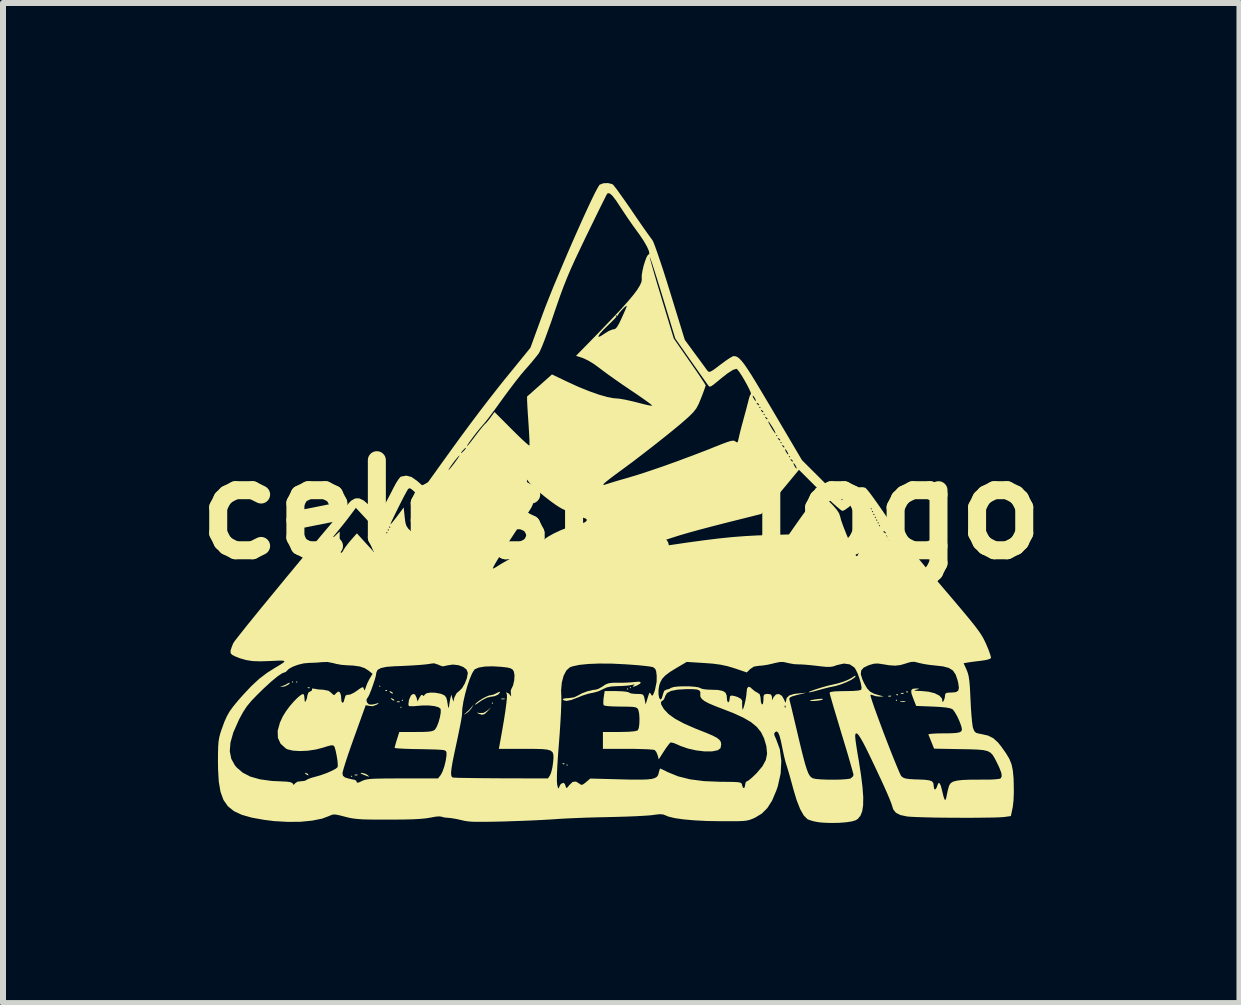
<source format=kicad_pcb>
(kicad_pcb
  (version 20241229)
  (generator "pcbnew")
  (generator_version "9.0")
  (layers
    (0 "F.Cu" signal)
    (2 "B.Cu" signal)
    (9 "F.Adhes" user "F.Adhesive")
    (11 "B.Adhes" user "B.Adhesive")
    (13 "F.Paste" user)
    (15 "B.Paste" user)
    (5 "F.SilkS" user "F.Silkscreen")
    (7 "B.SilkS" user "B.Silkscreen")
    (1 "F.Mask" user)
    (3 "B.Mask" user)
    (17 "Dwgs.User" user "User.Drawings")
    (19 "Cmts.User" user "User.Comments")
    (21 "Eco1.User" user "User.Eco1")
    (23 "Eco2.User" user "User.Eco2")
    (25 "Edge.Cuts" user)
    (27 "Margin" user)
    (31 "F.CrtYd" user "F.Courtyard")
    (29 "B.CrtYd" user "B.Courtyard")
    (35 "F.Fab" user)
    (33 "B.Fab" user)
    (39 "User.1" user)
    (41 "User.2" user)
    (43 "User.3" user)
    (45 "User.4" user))
  (footprint "celeste_logo"
    (layer "F.Cu")
    (at 7.3 5.439)
    (property "Reference" "celeste_logo" (at 0 0 0) (layer "F.SilkS") (effects (font (size 1.5 1.5) (thickness 0.3))))
    (attr board_only exclude_from_pos_files exclude_from_bom)
    (fp_poly (pts (xy -5.465 2.873) (xy -5.476 2.885) (xy -5.488 2.873) (xy -5.476 2.861)) (stroke (width 0) (type solid)) (fill yes) (layer "F.SilkS"))
    (fp_poly (pts (xy -5.394 2.873) (xy -5.406 2.885) (xy -5.418 2.873) (xy -5.406 2.861)) (stroke (width 0) (type solid)) (fill yes) (layer "F.SilkS"))
    (fp_poly (pts (xy -4.48 4.444) (xy -4.491 4.456) (xy -4.503 4.444) (xy -4.491 4.433)) (stroke (width 0) (type solid)) (fill yes) (layer "F.SilkS"))
    (fp_poly (pts (xy -4.011 2.943) (xy -4.022 2.955) (xy -4.034 2.943) (xy -4.022 2.932)) (stroke (width 0) (type solid)) (fill yes) (layer "F.SilkS"))
    (fp_poly (pts (xy -3.659 3.295) (xy -3.67 3.307) (xy -3.682 3.295) (xy -3.67 3.283)) (stroke (width 0) (type solid)) (fill yes) (layer "F.SilkS"))
    (fp_poly (pts (xy -3.635 3.178) (xy -3.647 3.19) (xy -3.659 3.178) (xy -3.647 3.166)) (stroke (width 0) (type solid)) (fill yes) (layer "F.SilkS"))
    (fp_poly (pts (xy -2.134 3.225) (xy -2.146 3.237) (xy -2.158 3.225) (xy -2.146 3.213)) (stroke (width 0) (type solid)) (fill yes) (layer "F.SilkS"))
    (fp_poly (pts (xy -0.891 4.257) (xy -0.903 4.269) (xy -0.915 4.257) (xy -0.903 4.245)) (stroke (width 0) (type solid)) (fill yes) (layer "F.SilkS"))
    (fp_poly (pts (xy 0.117 2.99) (xy 0.106 3.002) (xy 0.094 2.99) (xy 0.106 2.979)) (stroke (width 0) (type solid)) (fill yes) (layer "F.SilkS"))
    (fp_poly (pts (xy 0.164 2.967) (xy 0.152 2.979) (xy 0.141 2.967) (xy 0.152 2.955)) (stroke (width 0) (type solid)) (fill yes) (layer "F.SilkS"))
    (fp_poly (pts (xy 4.597 3.178) (xy 4.585 3.19) (xy 4.573 3.178) (xy 4.585 3.166)) (stroke (width 0) (type solid)) (fill yes) (layer "F.SilkS"))
    (fp_poly (pts (xy -5.191 2.963) (xy -5.194 2.977) (xy -5.207 2.979) (xy -5.226 2.97) (xy -5.222 2.963) (xy -5.194 2.96)) (stroke (width 0) (type solid)) (fill yes) (layer "F.SilkS"))
    (fp_poly (pts (xy -4.392 4.419) (xy -4.399 4.429) (xy -4.423 4.431) (xy -4.448 4.425) (xy -4.437 4.417) (xy -4.4 4.414)) (stroke (width 0) (type solid)) (fill yes) (layer "F.SilkS"))
    (fp_poly (pts (xy -3.901 3.01) (xy -3.904 3.024) (xy -3.917 3.025) (xy -3.936 3.017) (xy -3.932 3.01) (xy -3.905 3.007)) (stroke (width 0) (type solid)) (fill yes) (layer "F.SilkS"))
    (fp_poly (pts (xy -3.689 3.199) (xy -3.696 3.21) (xy -3.719 3.211) (xy -3.744 3.206) (xy -3.733 3.197) (xy -3.697 3.194)) (stroke (width 0) (type solid)) (fill yes) (layer "F.SilkS"))
    (fp_poly (pts (xy -1.941 3.151) (xy -1.938 3.159) (xy -1.97 3.163) (xy -2.003 3.159) (xy -1.999 3.151) (xy -1.951 3.148)) (stroke (width 0) (type solid)) (fill yes) (layer "F.SilkS"))
    (fp_poly (pts (xy -0.946 4.229) (xy -0.949 4.243) (xy -0.962 4.245) (xy -0.981 4.236) (xy -0.977 4.229) (xy -0.949 4.227)) (stroke (width 0) (type solid)) (fill yes) (layer "F.SilkS"))
    (fp_poly (pts (xy 4.497 3.105) (xy 4.49 3.116) (xy 4.466 3.117) (xy 4.441 3.112) (xy 4.452 3.103) (xy 4.488 3.1)) (stroke (width 0) (type solid)) (fill yes) (layer "F.SilkS"))
    (fp_poly (pts (xy 4.612 3.08) (xy 4.609 3.094) (xy 4.597 3.096) (xy 4.578 3.087) (xy 4.581 3.08) (xy 4.609 3.077)) (stroke (width 0) (type solid)) (fill yes) (layer "F.SilkS"))
    (fp_poly (pts (xy 4.708 3.058) (xy 4.701 3.069) (xy 4.677 3.071) (xy 4.652 3.065) (xy 4.663 3.056) (xy 4.699 3.054)) (stroke (width 0) (type solid)) (fill yes) (layer "F.SilkS"))
    (fp_poly (pts (xy 4.777 3.033) (xy 4.773 3.047) (xy 4.761 3.049) (xy 4.742 3.04) (xy 4.745 3.033) (xy 4.773 3.03)) (stroke (width 0) (type solid)) (fill yes) (layer "F.SilkS"))
    (fp_poly (pts (xy -5.223 4.403) (xy -5.218 4.409) (xy -5.21 4.43) (xy -5.232 4.422) (xy -5.254 4.409) (xy -5.272 4.39) (xy -5.261 4.386)) (stroke (width 0) (type solid)) (fill yes) (layer "F.SilkS"))
    (fp_poly (pts (xy -3.816 3.043) (xy -3.811 3.049) (xy -3.803 3.07) (xy -3.825 3.062) (xy -3.846 3.049) (xy -3.864 3.03) (xy -3.854 3.026)) (stroke (width 0) (type solid)) (fill yes) (layer "F.SilkS"))
    (fp_poly (pts (xy -3.793 3.16) (xy -3.788 3.166) (xy -3.779 3.187) (xy -3.802 3.179) (xy -3.823 3.166) (xy -3.841 3.147) (xy -3.83 3.143)) (stroke (width 0) (type solid)) (fill yes) (layer "F.SilkS"))
    (fp_poly (pts (xy 4.732 3.197) (xy 4.739 3.204) (xy 4.707 3.207) (xy 4.691 3.208) (xy 4.648 3.205) (xy 4.643 3.199) (xy 4.65 3.197) (xy 4.709 3.193)) (stroke (width 0) (type solid)) (fill yes) (layer "F.SilkS"))
    (fp_poly (pts (xy -4.269 4.4) (xy -4.232 4.42) (xy -4.203 4.444) (xy -4.203 4.45) (xy -4.238 4.44) (xy -4.292 4.419) (xy -4.338 4.399) (xy -4.34 4.389) (xy -4.326 4.387)) (stroke (width 0) (type solid)) (fill yes) (layer "F.SilkS"))
    (fp_poly (pts (xy -2.491 3.305) (xy -2.538 3.362) (xy -2.582 3.396) (xy -2.619 3.417) (xy -2.619 3.414) (xy -2.592 3.391) (xy -2.539 3.342) (xy -2.501 3.3) (xy -2.457 3.248)) (stroke (width 0) (type solid)) (fill yes) (layer "F.SilkS"))
    (fp_poly (pts (xy -5.524 2.896) (xy -5.548 2.919) (xy -5.603 2.946) (xy -5.641 2.952) (xy -5.687 2.95) (xy -5.641 2.938) (xy -5.591 2.919) (xy -5.571 2.906) (xy -5.534 2.886) (xy -5.526 2.885)) (stroke (width 0) (type solid)) (fill yes) (layer "F.SilkS"))
    (fp_poly (pts (xy -2.226 3.36) (xy -2.275 3.407) (xy -2.318 3.42) (xy -2.373 3.402) (xy -2.381 3.399) (xy -2.405 3.385) (xy -2.389 3.385) (xy -2.36 3.39) (xy -2.294 3.388) (xy -2.231 3.35) (xy -2.231 3.349) (xy -2.169 3.295)) (stroke (width 0) (type solid)) (fill yes) (layer "F.SilkS"))
    (fp_poly (pts (xy 3.362 3.157) (xy 3.354 3.166) (xy 3.321 3.177) (xy 3.269 3.185) (xy 3.211 3.19) (xy 3.164 3.19) (xy 3.143 3.185) (xy 3.145 3.181) (xy 3.172 3.174) (xy 3.23 3.164) (xy 3.272 3.158) (xy 3.339 3.152)) (stroke (width 0) (type solid)) (fill yes) (layer "F.SilkS"))
    (fp_poly (pts (xy -2.018 3.044) (xy -2.043 3.075) (xy -2.058 3.087) (xy -2.111 3.11) (xy -2.171 3.119) (xy -2.239 3.135) (xy -2.319 3.177) (xy -2.341 3.192) (xy -2.396 3.23) (xy -2.431 3.251) (xy -2.439 3.252) (xy -2.42 3.227) (xy -2.373 3.19) (xy -2.311 3.15) (xy -2.248 3.117) (xy -2.199 3.097) (xy -2.187 3.096) (xy -2.127 3.083) (xy -2.075 3.058) (xy -2.03 3.036)) (stroke (width 0) (type solid)) (fill yes) (layer "F.SilkS"))
    (fp_poly (pts (xy 3.897 2.79) (xy 3.888 2.799) (xy 3.837 2.835) (xy 3.758 2.874) (xy 3.666 2.911) (xy 3.578 2.938) (xy 3.546 2.945) (xy 3.477 2.959) (xy 3.385 2.982) (xy 3.304 3.004) (xy 3.205 3.031) (xy 3.143 3.044) (xy 3.12 3.045) (xy 3.137 3.033) (xy 3.197 3.01) (xy 3.26 2.989) (xy 3.357 2.959) (xy 3.447 2.934) (xy 3.514 2.919) (xy 3.518 2.918) (xy 3.609 2.897) (xy 3.705 2.867) (xy 3.789 2.832) (xy 3.845 2.801) (xy 3.848 2.799) (xy 3.887 2.773) (xy 3.906 2.77)) (stroke (width 0) (type solid)) (fill yes) (layer "F.SilkS"))
    (fp_poly (pts (xy 0.326 2.879) (xy 0.314 2.901) (xy 0.269 2.928) (xy 0.214 2.95) (xy 0.189 2.953) (xy 0.201 2.937) (xy 0.211 2.929) (xy 0.225 2.915) (xy 0.2 2.917) (xy 0.176 2.923) (xy 0.116 2.932) (xy 0.029 2.939) (xy -0.059 2.942) (xy -0.167 2.948) (xy -0.246 2.965) (xy -0.305 2.993) (xy -0.385 3.03) (xy -0.474 3.054) (xy -0.485 3.055) (xy -0.562 3.072) (xy -0.655 3.103) (xy -0.717 3.129) (xy -0.829 3.172) (xy -0.913 3.189) (xy -0.964 3.176) (xy -0.973 3.166) (xy -0.962 3.151) (xy -0.912 3.143) (xy -0.884 3.143) (xy -0.789 3.13) (xy -0.724 3.1) (xy -0.655 3.062) (xy -0.563 3.028) (xy -0.473 3.006) (xy -0.43 3.002) (xy -0.383 2.989) (xy -0.322 2.955) (xy -0.304 2.943) (xy -0.255 2.911) (xy -0.206 2.894) (xy -0.14 2.886) (xy -0.047 2.886) (xy 0.056 2.885) (xy 0.156 2.88) (xy 0.229 2.873) (xy 0.297 2.868)) (stroke (width 0) (type solid)) (fill yes) (layer "F.SilkS"))
    (fp_poly (pts (xy -0.152 -5.422) (xy -0.136 -5.412) (xy -0.113 -5.384) (xy -0.067 -5.324) (xy -0.005 -5.237) (xy 0.071 -5.13) (xy 0.156 -5.008) (xy 0.188 -4.96) (xy 0.275 -4.833) (xy 0.355 -4.717) (xy 0.425 -4.618) (xy 0.479 -4.543) (xy 0.512 -4.498) (xy 0.518 -4.491) (xy 0.535 -4.458) (xy 0.563 -4.386) (xy 0.601 -4.279) (xy 0.647 -4.144) (xy 0.7 -3.985) (xy 0.756 -3.809) (xy 0.81 -3.635) (xy 1.059 -2.827) (xy 1.231 -2.592) (xy 1.301 -2.498) (xy 1.362 -2.414) (xy 1.409 -2.35) (xy 1.435 -2.315) (xy 1.436 -2.314) (xy 1.453 -2.297) (xy 1.474 -2.294) (xy 1.507 -2.308) (xy 1.561 -2.344) (xy 1.642 -2.406) (xy 1.653 -2.414) (xy 1.735 -2.475) (xy 1.805 -2.522) (xy 1.855 -2.551) (xy 1.87 -2.556) (xy 1.901 -2.554) (xy 1.931 -2.543) (xy 1.963 -2.52) (xy 2 -2.483) (xy 2.045 -2.427) (xy 2.099 -2.349) (xy 2.166 -2.246) (xy 2.247 -2.114) (xy 2.346 -1.949) (xy 2.465 -1.749) (xy 2.52 -1.656) (xy 3.011 -0.823) (xy 3.346 -0.489) (xy 3.68 -0.155) (xy 3.797 -0.265) (xy 3.885 -0.337) (xy 3.958 -0.371) (xy 4.029 -0.372) (xy 4.069 -0.361) (xy 4.092 -0.337) (xy 4.138 -0.281) (xy 4.2 -0.197) (xy 4.275 -0.092) (xy 4.359 0.029) (xy 4.393 0.079) (xy 4.484 0.211) (xy 4.579 0.343) (xy 4.683 0.481) (xy 4.8 0.63) (xy 4.934 0.795) (xy 5.09 0.983) (xy 5.271 1.198) (xy 5.336 1.274) (xy 5.497 1.463) (xy 5.63 1.62) (xy 5.739 1.75) (xy 5.827 1.857) (xy 5.896 1.944) (xy 5.95 2.016) (xy 5.992 2.077) (xy 6.024 2.13) (xy 6.051 2.181) (xy 6.075 2.232) (xy 6.081 2.245) (xy 6.119 2.336) (xy 6.146 2.412) (xy 6.16 2.462) (xy 6.16 2.475) (xy 6.132 2.492) (xy 6.072 2.508) (xy 6 2.519) (xy 5.908 2.53) (xy 5.823 2.541) (xy 5.778 2.548) (xy 5.704 2.561) (xy 5.754 2.67) (xy 5.773 2.72) (xy 5.788 2.777) (xy 5.799 2.851) (xy 5.808 2.949) (xy 5.815 3.08) (xy 5.819 3.166) (xy 5.826 3.303) (xy 5.835 3.43) (xy 5.845 3.536) (xy 5.855 3.612) (xy 5.861 3.639) (xy 5.882 3.691) (xy 5.911 3.72) (xy 5.965 3.735) (xy 5.998 3.74) (xy 6.111 3.766) (xy 6.199 3.81) (xy 6.278 3.882) (xy 6.329 3.946) (xy 6.41 4.06) (xy 6.467 4.155) (xy 6.503 4.246) (xy 6.524 4.347) (xy 6.536 4.472) (xy 6.539 4.559) (xy 6.541 4.709) (xy 6.536 4.843) (xy 6.524 4.949) (xy 6.52 4.972) (xy 6.491 5.107) (xy 6.385 5.122) (xy 6.322 5.127) (xy 6.219 5.131) (xy 6.086 5.133) (xy 5.929 5.135) (xy 5.756 5.136) (xy 5.575 5.135) (xy 5.395 5.134) (xy 5.222 5.132) (xy 5.065 5.128) (xy 4.931 5.124) (xy 4.828 5.119) (xy 4.764 5.114) (xy 4.651 5.09) (xy 4.576 5.052) (xy 4.532 4.996) (xy 4.514 4.94) (xy 4.499 4.894) (xy 4.468 4.815) (xy 4.424 4.712) (xy 4.371 4.593) (xy 4.335 4.515) (xy 4.235 4.301) (xy 4.152 4.127) (xy 4.085 3.989) (xy 4.031 3.884) (xy 3.988 3.809) (xy 3.956 3.76) (xy 3.932 3.735) (xy 3.918 3.729) (xy 3.906 3.734) (xy 3.899 3.751) (xy 3.898 3.787) (xy 3.904 3.848) (xy 3.917 3.939) (xy 3.937 4.066) (xy 3.957 4.181) (xy 3.995 4.425) (xy 4.02 4.628) (xy 4.032 4.794) (xy 4.03 4.926) (xy 4.015 5.027) (xy 3.985 5.102) (xy 3.942 5.154) (xy 3.908 5.176) (xy 3.843 5.196) (xy 3.743 5.211) (xy 3.621 5.22) (xy 3.49 5.222) (xy 3.363 5.217) (xy 3.283 5.209) (xy 3.201 5.193) (xy 3.13 5.171) (xy 3.102 5.158) (xy 3.041 5.097) (xy 2.981 4.991) (xy 2.922 4.841) (xy 2.865 4.65) (xy 2.863 4.641) (xy 2.831 4.524) (xy 2.8 4.413) (xy 2.773 4.322) (xy 2.758 4.274) (xy 2.735 4.199) (xy 2.711 4.1) (xy 2.689 3.996) (xy 2.688 3.992) (xy 2.661 3.859) (xy 2.637 3.768) (xy 2.614 3.716) (xy 2.592 3.697) (xy 2.568 3.705) (xy 2.549 3.729) (xy 2.552 3.762) (xy 2.578 3.82) (xy 2.642 3.993) (xy 2.667 4.188) (xy 2.656 4.398) (xy 2.607 4.616) (xy 2.582 4.687) (xy 2.513 4.85) (xy 2.434 4.974) (xy 2.342 5.066) (xy 2.229 5.134) (xy 2.181 5.155) (xy 2.138 5.171) (xy 2.091 5.182) (xy 2.031 5.189) (xy 1.951 5.192) (xy 1.842 5.193) (xy 1.696 5.193) (xy 1.665 5.193) (xy 1.427 5.189) (xy 1.215 5.178) (xy 1.035 5.162) (xy 0.89 5.141) (xy 0.785 5.115) (xy 0.747 5.099) (xy 0.697 5.08) (xy 0.639 5.076) (xy 0.556 5.085) (xy 0.533 5.089) (xy 0.469 5.096) (xy 0.366 5.103) (xy 0.233 5.11) (xy 0.079 5.116) (xy -0.089 5.121) (xy -0.211 5.124) (xy -0.394 5.128) (xy -0.578 5.133) (xy -0.754 5.14) (xy -0.911 5.147) (xy -1.038 5.154) (xy -1.091 5.158) (xy -1.198 5.165) (xy -1.34 5.173) (xy -1.508 5.181) (xy -1.688 5.188) (xy -1.87 5.194) (xy -1.947 5.197) (xy -2.134 5.201) (xy -2.282 5.203) (xy -2.397 5.203) (xy -2.486 5.201) (xy -2.556 5.195) (xy -2.614 5.186) (xy -2.665 5.174) (xy -2.756 5.154) (xy -2.841 5.14) (xy -2.888 5.136) (xy -2.951 5.13) (xy -2.996 5.117) (xy -2.997 5.117) (xy -3.034 5.112) (xy -3.101 5.118) (xy -3.173 5.132) (xy -3.246 5.144) (xy -3.346 5.154) (xy -3.478 5.161) (xy -3.646 5.165) (xy -3.855 5.166) (xy -3.87 5.166) (xy -4.051 5.166) (xy -4.193 5.165) (xy -4.303 5.162) (xy -4.39 5.156) (xy -4.461 5.148) (xy -4.524 5.137) (xy -4.587 5.122) (xy -4.605 5.117) (xy -4.699 5.093) (xy -4.761 5.081) (xy -4.804 5.082) (xy -4.841 5.094) (xy -4.856 5.102) (xy -4.984 5.15) (xy -5.149 5.183) (xy -5.342 5.202) (xy -5.556 5.204) (xy -5.783 5.191) (xy -5.951 5.17) (xy -6.156 5.133) (xy -6.322 5.086) (xy -6.454 5.024) (xy -6.554 4.943) (xy -6.627 4.838) (xy -6.676 4.703) (xy -6.705 4.535) (xy -6.717 4.328) (xy -6.719 4.198) (xy -6.718 4.056) (xy -6.717 4.026) (xy -6.522 4.026) (xy -6.497 4.152) (xy -6.436 4.263) (xy -6.407 4.297) (xy -6.306 4.384) (xy -6.178 4.45) (xy -6.018 4.495) (xy -5.822 4.522) (xy -5.668 4.529) (xy -5.567 4.534) (xy -5.505 4.544) (xy -5.475 4.561) (xy -5.471 4.568) (xy -5.457 4.589) (xy -5.439 4.568) (xy -5.437 4.564) (xy -5.396 4.535) (xy -5.336 4.527) (xy -5.278 4.521) (xy -5.245 4.507) (xy -5.243 4.505) (xy -5.215 4.489) (xy -5.155 4.468) (xy -5.107 4.455) (xy -5.012 4.428) (xy -4.914 4.393) (xy -4.913 4.393) (xy -4.644 4.393) (xy -4.636 4.436) (xy -4.603 4.463) (xy -4.556 4.478) (xy -4.491 4.494) (xy -4.444 4.503) (xy -4.439 4.503) (xy -4.412 4.522) (xy -4.409 4.536) (xy -4.401 4.552) (xy -4.369 4.546) (xy -4.322 4.524) (xy -4.322 4.524) (xy -1.072 4.524) (xy -1.067 4.584) (xy -1.067 4.585) (xy -1.053 4.639) (xy -1.042 4.647) (xy -1.037 4.632) (xy -1.016 4.585) (xy -1 4.568) (xy -0.961 4.552) (xy -0.939 4.574) (xy -0.929 4.603) (xy -0.917 4.636) (xy -0.903 4.637) (xy -0.874 4.603) (xy -0.865 4.591) (xy -0.81 4.538) (xy -0.754 4.532) (xy -0.7 4.565) (xy -0.67 4.586) (xy -0.642 4.583) (xy -0.598 4.552) (xy -0.587 4.542) (xy -0.516 4.482) (xy -0.017 4.495) (xy 0.17 4.5) (xy 0.316 4.5) (xy 0.426 4.497) (xy 0.505 4.489) (xy 0.559 4.474) (xy 0.594 4.453) (xy 0.614 4.424) (xy 0.625 4.386) (xy 0.638 4.337) (xy 0.648 4.315) (xy 0.649 4.315) (xy 0.673 4.325) (xy 0.726 4.35) (xy 0.775 4.375) (xy 0.947 4.445) (xy 1.147 4.495) (xy 1.379 4.525) (xy 1.65 4.536) (xy 1.653 4.536) (xy 1.789 4.537) (xy 1.884 4.539) (xy 1.947 4.543) (xy 1.984 4.55) (xy 2.003 4.562) (xy 2.011 4.578) (xy 2.013 4.591) (xy 2.029 4.636) (xy 2.05 4.639) (xy 2.063 4.601) (xy 2.064 4.585) (xy 2.075 4.54) (xy 2.096 4.527) (xy 2.126 4.51) (xy 2.177 4.468) (xy 2.241 4.407) (xy 2.258 4.39) (xy 2.353 4.277) (xy 2.409 4.173) (xy 2.43 4.068) (xy 2.419 3.952) (xy 2.415 3.931) (xy 2.379 3.811) (xy 2.329 3.709) (xy 2.258 3.621) (xy 2.162 3.542) (xy 2.035 3.468) (xy 1.872 3.393) (xy 1.715 3.332) (xy 1.567 3.275) (xy 1.458 3.229) (xy 1.384 3.189) (xy 1.34 3.153) (xy 1.319 3.118) (xy 1.317 3.085) (xy 1.318 3.042) (xy 1.301 3.014) (xy 1.26 2.998) (xy 1.186 2.992) (xy 1.084 2.992) (xy 0.936 3.001) (xy 0.83 3.022) (xy 0.763 3.057) (xy 0.733 3.106) (xy 0.731 3.115) (xy 0.712 3.163) (xy 0.69 3.182) (xy 0.661 3.206) (xy 0.666 3.249) (xy 0.705 3.316) (xy 0.716 3.331) (xy 0.79 3.409) (xy 0.897 3.486) (xy 1.042 3.564) (xy 1.228 3.646) (xy 1.289 3.67) (xy 1.427 3.725) (xy 1.527 3.768) (xy 1.595 3.804) (xy 1.636 3.837) (xy 1.658 3.869) (xy 1.665 3.906) (xy 1.665 3.919) (xy 1.654 3.976) (xy 1.611 4.009) (xy 1.605 4.011) (xy 1.511 4.03) (xy 1.388 4.03) (xy 1.25 4.013) (xy 1.111 3.982) (xy 0.982 3.937) (xy 0.937 3.916) (xy 0.875 3.89) (xy 0.829 3.881) (xy 0.818 3.883) (xy 0.794 3.91) (xy 0.753 3.964) (xy 0.709 4.03) (xy 0.625 4.162) (xy 0.607 4.094) (xy 0.584 4.039) (xy 0.558 4.007) (xy 0.526 4.001) (xy 0.455 3.995) (xy 0.353 3.991) (xy 0.229 3.988) (xy 0.111 3.987) (xy -0.305 3.987) (xy -0.305 3.846) (xy -0.305 3.706) (xy -0.028 3.706) (xy 0.117 3.703) (xy 0.217 3.695) (xy 0.27 3.682) (xy 0.277 3.677) (xy 0.293 3.637) (xy 0.302 3.567) (xy 0.304 3.484) (xy 0.299 3.403) (xy 0.286 3.341) (xy 0.281 3.329) (xy 0.266 3.309) (xy 0.24 3.296) (xy 0.196 3.288) (xy 0.124 3.285) (xy 0.015 3.283) (xy -0.011 3.283) (xy -0.125 3.281) (xy -0.215 3.276) (xy -0.274 3.268) (xy -0.293 3.26) (xy -0.299 3.224) (xy -0.296 3.161) (xy -0.292 3.131) (xy -0.276 3.025) (xy -0.081 3.025) (xy 0.011 3.028) (xy 0.083 3.035) (xy 0.124 3.045) (xy 0.129 3.049) (xy 0.159 3.063) (xy 0.219 3.071) (xy 0.258 3.072) (xy 0.327 3.074) (xy 0.363 3.085) (xy 0.38 3.116) (xy 0.39 3.16) (xy 0.406 3.248) (xy 0.428 3.178) (xy 0.452 3.101) (xy 0.466 3.061) (xy 0.477 3.052) (xy 0.489 3.067) (xy 0.497 3.081) (xy 0.513 3.102) (xy 0.528 3.092) (xy 0.534 3.08) (xy 0.621 3.08) (xy 0.632 3.138) (xy 0.653 3.165) (xy 0.657 3.166) (xy 0.675 3.146) (xy 0.691 3.095) (xy 0.693 3.084) (xy 0.715 3.021) (xy 0.749 3.002) (xy 0.799 2.989) (xy 0.831 2.971) (xy 0.874 2.957) (xy 0.949 2.948) (xy 1.042 2.945) (xy 1.139 2.946) (xy 1.228 2.953) (xy 1.293 2.964) (xy 1.321 2.977) (xy 1.356 2.99) (xy 1.423 2.999) (xy 1.492 3.002) (xy 1.611 3.006) (xy 1.69 3.022) (xy 1.737 3.051) (xy 1.757 3.098) (xy 1.759 3.13) (xy 1.765 3.185) (xy 1.779 3.212) (xy 1.782 3.213) (xy 1.8 3.193) (xy 1.806 3.154) (xy 1.812 3.113) (xy 1.837 3.098) (xy 1.89 3.108) (xy 1.94 3.124) (xy 1.994 3.154) (xy 2.015 3.187) (xy 2.015 3.189) (xy 2.014 3.238) (xy 2.016 3.295) (xy 2.021 3.33) (xy 2.028 3.33) (xy 2.042 3.29) (xy 2.044 3.283) (xy 2.721 3.283) (xy 2.729 3.303) (xy 2.736 3.299) (xy 2.739 3.271) (xy 2.736 3.268) (xy 2.722 3.271) (xy 2.721 3.283) (xy 2.044 3.283) (xy 2.054 3.248) (xy 2.073 3.165) (xy 2.085 3.088) (xy 2.087 3.061) (xy 2.096 2.984) (xy 2.118 2.952) (xy 2.153 2.963) (xy 2.171 2.981) (xy 2.224 3.026) (xy 2.269 3.051) (xy 2.307 3.078) (xy 2.321 3.13) (xy 2.322 3.153) (xy 2.328 3.211) (xy 2.343 3.247) (xy 2.345 3.248) (xy 2.361 3.238) (xy 2.368 3.188) (xy 2.369 3.168) (xy 2.371 3.107) (xy 2.386 3.08) (xy 2.422 3.073) (xy 2.439 3.072) (xy 2.49 3.079) (xy 2.509 3.107) (xy 2.511 3.125) (xy 2.513 3.178) (xy 2.539 3.124) (xy 2.579 3.08) (xy 2.629 3.074) (xy 2.678 3.105) (xy 2.713 3.166) (xy 2.732 3.212) (xy 2.742 3.212) (xy 2.743 3.2) (xy 2.757 3.138) (xy 2.801 3.097) (xy 2.881 3.072) (xy 2.943 3.065) (xy 3.084 3.052) (xy 2.937 3.088) (xy 2.855 3.11) (xy 2.812 3.13) (xy 2.799 3.152) (xy 2.801 3.163) (xy 2.809 3.195) (xy 2.827 3.267) (xy 2.852 3.371) (xy 2.883 3.501) (xy 2.918 3.649) (xy 2.945 3.764) (xy 2.992 3.961) (xy 3.031 4.117) (xy 3.063 4.237) (xy 3.091 4.326) (xy 3.115 4.39) (xy 3.139 4.433) (xy 3.163 4.46) (xy 3.19 4.476) (xy 3.197 4.479) (xy 3.246 4.489) (xy 3.328 4.496) (xy 3.431 4.5) (xy 3.542 4.501) (xy 3.65 4.499) (xy 3.741 4.493) (xy 3.805 4.485) (xy 3.824 4.479) (xy 3.861 4.445) (xy 3.87 4.421) (xy 3.863 4.391) (xy 3.844 4.321) (xy 3.815 4.219) (xy 3.778 4.09) (xy 3.733 3.94) (xy 3.683 3.775) (xy 3.67 3.733) (xy 3.62 3.565) (xy 3.574 3.412) (xy 3.534 3.278) (xy 3.503 3.17) (xy 3.481 3.094) (xy 3.472 3.055) (xy 3.471 3.052) (xy 3.491 3.039) (xy 3.552 3.03) (xy 3.656 3.026) (xy 3.728 3.025) (xy 3.854 3.023) (xy 3.944 3.016) (xy 3.993 3.005) (xy 4 3) (xy 4.004 2.961) (xy 3.991 2.893) (xy 3.968 2.812) (xy 3.943 2.744) (xy 3.991 2.744) (xy 4.018 2.831) (xy 4.05 2.9) (xy 4.097 2.981) (xy 4.147 3.034) (xy 4.215 3.07) (xy 4.304 3.096) (xy 4.374 3.114) (xy 4.308 3.117) (xy 4.242 3.11) (xy 4.197 3.095) (xy 4.161 3.084) (xy 4.151 3.092) (xy 4.16 3.128) (xy 4.183 3.201) (xy 4.218 3.303) (xy 4.263 3.427) (xy 4.315 3.568) (xy 4.371 3.718) (xy 4.429 3.869) (xy 4.486 4.016) (xy 4.54 4.152) (xy 4.588 4.269) (xy 4.627 4.362) (xy 4.654 4.422) (xy 4.666 4.442) (xy 4.696 4.466) (xy 4.736 4.481) (xy 4.797 4.49) (xy 4.889 4.496) (xy 4.942 4.497) (xy 5.057 4.502) (xy 5.133 4.512) (xy 5.178 4.529) (xy 5.2 4.559) (xy 5.206 4.604) (xy 5.206 4.614) (xy 5.216 4.659) (xy 5.236 4.662) (xy 5.258 4.626) (xy 5.263 4.609) (xy 5.282 4.56) (xy 5.302 4.558) (xy 5.325 4.603) (xy 5.346 4.685) (xy 5.369 4.78) (xy 5.387 4.831) (xy 5.401 4.839) (xy 5.414 4.807) (xy 5.423 4.761) (xy 5.44 4.681) (xy 5.46 4.609) (xy 5.466 4.593) (xy 5.489 4.559) (xy 5.528 4.534) (xy 5.591 4.517) (xy 5.682 4.506) (xy 5.807 4.501) (xy 5.973 4.5) (xy 6.001 4.5) (xy 6.13 4.5) (xy 6.232 4.495) (xy 6.299 4.487) (xy 6.322 4.479) (xy 6.339 4.445) (xy 6.333 4.389) (xy 6.301 4.304) (xy 6.256 4.21) (xy 6.22 4.14) (xy 6.188 4.088) (xy 6.151 4.05) (xy 6.104 4.025) (xy 6.038 4.009) (xy 5.948 4) (xy 5.825 3.995) (xy 5.663 3.992) (xy 5.653 3.992) (xy 5.212 3.984) (xy 5.168 3.874) (xy 5.142 3.808) (xy 5.122 3.76) (xy 5.117 3.747) (xy 5.135 3.74) (xy 5.191 3.734) (xy 5.276 3.73) (xy 5.355 3.729) (xy 5.485 3.728) (xy 5.575 3.723) (xy 5.632 3.713) (xy 5.663 3.697) (xy 5.675 3.672) (xy 5.676 3.659) (xy 5.664 3.605) (xy 5.636 3.529) (xy 5.598 3.446) (xy 5.557 3.375) (xy 5.523 3.33) (xy 5.522 3.329) (xy 5.483 3.312) (xy 5.409 3.298) (xy 5.295 3.288) (xy 5.197 3.283) (xy 4.914 3.272) (xy 4.863 3.143) (xy 4.834 3.06) (xy 4.832 3.01) (xy 4.859 2.986) (xy 4.918 2.981) (xy 4.925 2.982) (xy 4.961 2.984) (xy 4.956 2.991) (xy 4.913 3.002) (xy 4.885 3.012) (xy 4.893 3.018) (xy 4.942 3.022) (xy 4.996 3.023) (xy 5.119 3.035) (xy 5.223 3.061) (xy 5.3 3.1) (xy 5.342 3.146) (xy 5.348 3.171) (xy 5.351 3.206) (xy 5.365 3.198) (xy 5.371 3.19) (xy 5.39 3.138) (xy 5.394 3.102) (xy 5.4 3.069) (xy 5.424 3.054) (xy 5.48 3.049) (xy 5.501 3.049) (xy 5.572 3.043) (xy 5.613 3.02) (xy 5.626 2.972) (xy 5.615 2.892) (xy 5.603 2.842) (xy 5.571 2.748) (xy 5.526 2.682) (xy 5.458 2.639) (xy 5.36 2.613) (xy 5.246 2.6) (xy 5.14 2.589) (xy 5.039 2.573) (xy 4.962 2.556) (xy 4.955 2.554) (xy 4.886 2.537) (xy 4.828 2.539) (xy 4.757 2.559) (xy 4.744 2.564) (xy 4.651 2.591) (xy 4.565 2.601) (xy 4.467 2.595) (xy 4.364 2.578) (xy 4.276 2.565) (xy 4.208 2.569) (xy 4.131 2.591) (xy 4.116 2.597) (xy 4.039 2.634) (xy 3.998 2.681) (xy 3.991 2.744) (xy 3.943 2.744) (xy 3.938 2.731) (xy 3.906 2.664) (xy 3.886 2.633) (xy 3.808 2.58) (xy 3.71 2.566) (xy 3.597 2.591) (xy 3.591 2.593) (xy 3.538 2.612) (xy 3.487 2.621) (xy 3.425 2.622) (xy 3.338 2.614) (xy 3.264 2.605) (xy 3.155 2.593) (xy 3.055 2.584) (xy 2.979 2.58) (xy 2.955 2.58) (xy 2.879 2.576) (xy 2.791 2.56) (xy 2.771 2.555) (xy 2.702 2.54) (xy 2.638 2.541) (xy 2.557 2.558) (xy 2.531 2.565) (xy 2.438 2.586) (xy 2.346 2.6) (xy 2.298 2.603) (xy 2.211 2.616) (xy 2.147 2.659) (xy 2.092 2.714) (xy 1.885 2.644) (xy 1.768 2.609) (xy 1.655 2.585) (xy 1.529 2.568) (xy 1.384 2.557) (xy 1.091 2.539) (xy 0.926 2.636) (xy 0.813 2.705) (xy 0.735 2.764) (xy 0.683 2.819) (xy 0.65 2.88) (xy 0.633 2.931) (xy 0.621 3.006) (xy 0.621 3.08) (xy 0.534 3.08) (xy 0.548 3.047) (xy 0.561 3.011) (xy 0.59 2.87) (xy 0.591 2.772) (xy 0.582 2.696) (xy 0.566 2.654) (xy 0.537 2.631) (xy 0.524 2.625) (xy 0.481 2.616) (xy 0.402 2.606) (xy 0.293 2.595) (xy 0.165 2.585) (xy 0.063 2.578) (xy -0.162 2.567) (xy -0.367 2.566) (xy -0.547 2.573) (xy -0.696 2.588) (xy -0.809 2.612) (xy -0.856 2.629) (xy -0.914 2.681) (xy -0.96 2.769) (xy -0.99 2.883) (xy -1.002 3.013) (xy -0.999 3.096) (xy -0.997 3.161) (xy -1 3.265) (xy -1.005 3.399) (xy -1.014 3.555) (xy -1.025 3.725) (xy -1.036 3.87) (xy -1.053 4.09) (xy -1.065 4.274) (xy -1.071 4.42) (xy -1.072 4.524) (xy -4.322 4.524) (xy -4.291 4.51) (xy -4.255 4.5) (xy -4.208 4.492) (xy -4.144 4.486) (xy -4.056 4.483) (xy -3.938 4.481) (xy -3.784 4.48) (xy -3.644 4.48) (xy -3.052 4.48) (xy -3.007 4.422) (xy -2.984 4.379) (xy -2.835 4.379) (xy -2.833 4.426) (xy -2.823 4.453) (xy -2.809 4.464) (xy -2.779 4.467) (xy -2.708 4.47) (xy -2.601 4.472) (xy -2.465 4.474) (xy -2.305 4.476) (xy -2.127 4.477) (xy -2 4.478) (xy -1.221 4.48) (xy -1.186 4.427) (xy -1.166 4.376) (xy -1.147 4.297) (xy -1.136 4.22) (xy -1.129 4.144) (xy -1.13 4.086) (xy -1.143 4.045) (xy -1.175 4.017) (xy -1.232 4) (xy -1.318 3.991) (xy -1.439 3.988) (xy -1.602 3.987) (xy -1.619 3.987) (xy -2.039 3.987) (xy -2.027 3.923) (xy -1.988 3.707) (xy -1.955 3.516) (xy -1.93 3.354) (xy -1.913 3.225) (xy -1.904 3.131) (xy -1.905 3.078) (xy -1.909 3.067) (xy -1.921 3.052) (xy -1.907 3.049) (xy -1.872 3.067) (xy -1.852 3.09) (xy -1.835 3.114) (xy -1.834 3.098) (xy -1.838 3.074) (xy -1.841 3.02) (xy -1.832 2.992) (xy -1.802 2.93) (xy -1.783 2.846) (xy -1.778 2.762) (xy -1.789 2.699) (xy -1.79 2.698) (xy -1.809 2.667) (xy -1.84 2.647) (xy -1.892 2.633) (xy -1.978 2.623) (xy -1.994 2.621) (xy -2.144 2.612) (xy -2.274 2.616) (xy -2.374 2.633) (xy -2.438 2.661) (xy -2.447 2.669) (xy -2.485 2.73) (xy -2.525 2.825) (xy -2.565 2.943) (xy -2.601 3.073) (xy -2.63 3.201) (xy -2.648 3.318) (xy -2.652 3.402) (xy -2.656 3.444) (xy -2.669 3.523) (xy -2.69 3.63) (xy -2.716 3.758) (xy -2.744 3.89) (xy -2.782 4.068) (xy -2.81 4.205) (xy -2.827 4.307) (xy -2.835 4.379) (xy -2.984 4.379) (xy -2.977 4.364) (xy -2.947 4.279) (xy -2.924 4.184) (xy -2.911 4.097) (xy -2.912 4.044) (xy -2.918 4.028) (xy -2.933 4.016) (xy -2.963 4.007) (xy -3.016 4.002) (xy -3.096 3.998) (xy -3.212 3.995) (xy -3.348 3.992) (xy -3.484 3.99) (xy -3.602 3.986) (xy -3.695 3.981) (xy -3.755 3.976) (xy -3.776 3.971) (xy -3.769 3.942) (xy -3.753 3.883) (xy -3.737 3.831) (xy -3.697 3.706) (xy -3.42 3.706) (xy -3.298 3.705) (xy -3.213 3.701) (xy -3.158 3.693) (xy -3.122 3.68) (xy -3.101 3.664) (xy -3.072 3.616) (xy -3.043 3.542) (xy -3.02 3.458) (xy -3.007 3.38) (xy -3.008 3.326) (xy -3.009 3.322) (xy -3.043 3.294) (xy -3.112 3.275) (xy -3.208 3.264) (xy -3.319 3.265) (xy -3.379 3.27) (xy -3.457 3.277) (xy -3.516 3.277) (xy -3.539 3.273) (xy -3.546 3.245) (xy -3.539 3.19) (xy -3.534 3.167) (xy -3.505 3.1) (xy -3.469 3.072) (xy -3.435 3.083) (xy -3.41 3.134) (xy -3.394 3.197) (xy -3.36 3.131) (xy -3.331 3.089) (xy -3.309 3.092) (xy -3.308 3.095) (xy -3.289 3.108) (xy -3.276 3.086) (xy -3.243 3.061) (xy -3.18 3.05) (xy -3.099 3.052) (xy -3.014 3.068) (xy -2.989 3.076) (xy -2.943 3.098) (xy -2.916 3.131) (xy -2.9 3.189) (xy -2.895 3.223) (xy -2.884 3.287) (xy -2.876 3.307) (xy -2.87 3.288) (xy -2.868 3.272) (xy -2.857 3.198) (xy -2.846 3.143) (xy -2.831 3.084) (xy -2.814 3.143) (xy -2.796 3.201) (xy -2.78 3.13) (xy -2.743 3.06) (xy -2.698 3.022) (xy -2.651 2.975) (xy -2.607 2.9) (xy -2.572 2.812) (xy -2.557 2.73) (xy -2.556 2.72) (xy -2.578 2.665) (xy -2.634 2.622) (xy -2.713 2.593) (xy -2.804 2.583) (xy -2.895 2.596) (xy -2.908 2.6) (xy -2.971 2.613) (xy -3.022 2.598) (xy -3.039 2.588) (xy -3.118 2.562) (xy -3.16 2.566) (xy -3.229 2.577) (xy -3.339 2.588) (xy -3.486 2.598) (xy -3.664 2.607) (xy -3.776 2.611) (xy -3.911 2.621) (xy -4.004 2.641) (xy -4.059 2.671) (xy -4.08 2.715) (xy -4.081 2.724) (xy -4.088 2.769) (xy -4.108 2.84) (xy -4.136 2.924) (xy -4.166 3.008) (xy -4.195 3.079) (xy -4.218 3.125) (xy -4.225 3.133) (xy -4.245 3.168) (xy -4.237 3.213) (xy -4.206 3.245) (xy -4.201 3.247) (xy -4.148 3.25) (xy -4.09 3.237) (xy -4.046 3.222) (xy -4.041 3.226) (xy -4.069 3.249) (xy -4.139 3.276) (xy -4.186 3.273) (xy -4.257 3.26) (xy -4.45 3.796) (xy -4.504 3.948) (xy -4.553 4.089) (xy -4.593 4.211) (xy -4.623 4.308) (xy -4.64 4.372) (xy -4.644 4.393) (xy -4.913 4.393) (xy -4.826 4.355) (xy -4.759 4.32) (xy -4.726 4.293) (xy -4.722 4.257) (xy -4.727 4.191) (xy -4.739 4.111) (xy -4.755 4.031) (xy -4.772 3.967) (xy -4.784 3.942) (xy -4.803 3.928) (xy -4.842 3.93) (xy -4.909 3.948) (xy -4.964 3.966) (xy -5.087 3.998) (xy -5.22 4.018) (xy -5.351 4.024) (xy -5.468 4.017) (xy -5.558 3.996) (xy -5.588 3.981) (xy -5.675 3.902) (xy -5.72 3.804) (xy -5.724 3.687) (xy -5.686 3.549) (xy -5.638 3.446) (xy -5.588 3.365) (xy -5.525 3.279) (xy -5.455 3.198) (xy -5.388 3.131) (xy -5.332 3.086) (xy -5.298 3.072) (xy -5.284 3.093) (xy -5.277 3.143) (xy -5.277 3.149) (xy -5.273 3.196) (xy -5.262 3.201) (xy -5.254 3.19) (xy -5.235 3.138) (xy -5.23 3.1) (xy -5.212 3.049) (xy -5.183 3.032) (xy -5.152 3.013) (xy -5.152 2.996) (xy -5.147 2.981) (xy -5.111 2.986) (xy -5.048 2.997) (xy -4.972 3.002) (xy -4.967 3.002) (xy -4.878 3.019) (xy -4.832 3.053) (xy -4.797 3.087) (xy -4.775 3.088) (xy -4.753 3.062) (xy -4.716 3.032) (xy -4.687 3.046) (xy -4.669 3.096) (xy -4.667 3.131) (xy -4.661 3.196) (xy -4.645 3.221) (xy -4.625 3.206) (xy -4.611 3.157) (xy -4.594 3.102) (xy -4.568 3.086) (xy -4.555 3.088) (xy -4.513 3.081) (xy -4.453 3.052) (xy -4.415 3.027) (xy -4.351 2.981) (xy -4.315 2.961) (xy -4.297 2.964) (xy -4.288 2.987) (xy -4.286 2.996) (xy -4.276 3.013) (xy -4.263 2.985) (xy -4.258 2.967) (xy -4.232 2.898) (xy -4.195 2.824) (xy -4.191 2.817) (xy -4.143 2.737) (xy -4.209 2.684) (xy -4.275 2.642) (xy -4.355 2.615) (xy -4.461 2.6) (xy -4.562 2.595) (xy -4.657 2.588) (xy -4.748 2.572) (xy -4.792 2.56) (xy -4.892 2.54) (xy -4.979 2.542) (xy -5.065 2.55) (xy -5.163 2.554) (xy -5.201 2.555) (xy -5.289 2.563) (xy -5.385 2.586) (xy -5.473 2.619) (xy -5.539 2.656) (xy -5.563 2.68) (xy -5.59 2.707) (xy -5.599 2.709) (xy -5.651 2.729) (xy -5.731 2.783) (xy -5.837 2.871) (xy -5.967 2.991) (xy -6.066 3.088) (xy -6.163 3.189) (xy -6.236 3.277) (xy -6.298 3.371) (xy -6.361 3.486) (xy -6.378 3.522) (xy -6.463 3.714) (xy -6.51 3.881) (xy -6.522 4.026) (xy -6.717 4.026) (xy -6.715 3.949) (xy -6.709 3.867) (xy -6.698 3.799) (xy -6.681 3.733) (xy -6.657 3.659) (xy -6.652 3.647) (xy -6.612 3.537) (xy -6.571 3.446) (xy -6.525 3.364) (xy -6.464 3.28) (xy -6.383 3.182) (xy -6.3 3.088) (xy -6.16 2.939) (xy -6.031 2.82) (xy -5.901 2.721) (xy -5.771 2.639) (xy -5.68 2.585) (xy -5.626 2.549) (xy -5.61 2.528) (xy -5.633 2.518) (xy -5.699 2.517) (xy -5.809 2.522) (xy -5.852 2.524) (xy -6.012 2.529) (xy -6.14 2.525) (xy -6.248 2.508) (xy -6.351 2.479) (xy -6.434 2.446) (xy -6.484 2.42) (xy -6.508 2.392) (xy -6.509 2.349) (xy -6.486 2.282) (xy -6.464 2.227) (xy -6.444 2.197) (xy -6.397 2.136) (xy -6.326 2.046) (xy -6.235 1.931) (xy -6.125 1.796) (xy -6.002 1.644) (xy -5.866 1.479) (xy -5.723 1.305) (xy -5.575 1.125) (xy -5.457 0.983) (xy -2.14 0.983) (xy -2.139 0.985) (xy -2.11 0.973) (xy -2.06 0.943) (xy -2.04 0.93) (xy -1.99 0.899) (xy -1.908 0.852) (xy -1.804 0.795) (xy -1.689 0.734) (xy -1.653 0.715) (xy -1.54 0.654) (xy -1.47 0.615) (xy 0.461 0.615) (xy 0.466 0.627) (xy 0.517 0.629) (xy 0.614 0.621) (xy 0.756 0.601) (xy 0.776 0.598) (xy 1.095 0.551) (xy 1.375 0.513) (xy 1.624 0.482) (xy 1.849 0.459) (xy 2.056 0.443) (xy 2.254 0.432) (xy 2.341 0.429) (xy 2.794 0.415) (xy 2.91 0.249) (xy 2.974 0.158) (xy 3.038 0.069) (xy 3.089 -0.000332) (xy 3.097 -0.01) (xy 3.145 -0.089) (xy 3.189 -0.185) (xy 3.204 -0.23) (xy 3.242 -0.358) (xy 3.436 -0.164) (xy 3.529 -0.068) (xy 3.592 0.005) (xy 3.629 0.062) (xy 3.646 0.112) (xy 3.647 0.115) (xy 3.664 0.18) (xy 3.698 0.276) (xy 3.749 0.406) (xy 3.819 0.574) (xy 3.869 0.692) (xy 3.896 0.747) (xy 3.917 0.776) (xy 3.934 0.774) (xy 3.95 0.738) (xy 3.965 0.665) (xy 3.975 0.598) (xy 4.527 0.598) (xy 4.538 0.61) (xy 4.55 0.598) (xy 4.538 0.586) (xy 4.527 0.598) (xy 3.975 0.598) (xy 3.981 0.552) (xy 3.988 0.499) (xy 4.46 0.499) (xy 4.466 0.512) (xy 4.489 0.538) (xy 4.503 0.532) (xy 4.503 0.529) (xy 4.486 0.509) (xy 4.476 0.502) (xy 4.46 0.499) (xy 3.988 0.499) (xy 3.996 0.429) (xy 4.413 0.429) (xy 4.419 0.442) (xy 4.442 0.467) (xy 4.456 0.462) (xy 4.456 0.459) (xy 4.439 0.439) (xy 4.429 0.432) (xy 4.413 0.429) (xy 3.996 0.429) (xy 3.998 0.416) (xy 4.005 0.359) (xy 4.366 0.359) (xy 4.372 0.372) (xy 4.395 0.397) (xy 4.409 0.392) (xy 4.409 0.388) (xy 4.393 0.369) (xy 4.382 0.361) (xy 4.366 0.359) (xy 4.005 0.359) (xy 4.017 0.27) (xy 4.292 0.27) (xy 4.304 0.281) (xy 4.315 0.27) (xy 4.304 0.258) (xy 4.292 0.27) (xy 4.017 0.27) (xy 4.018 0.261) (xy 4.025 0.223) (xy 4.269 0.223) (xy 4.28 0.235) (xy 4.292 0.223) (xy 4.28 0.211) (xy 4.269 0.223) (xy 4.025 0.223) (xy 4.033 0.176) (xy 4.245 0.176) (xy 4.257 0.188) (xy 4.269 0.176) (xy 4.257 0.164) (xy 4.245 0.176) (xy 4.033 0.176) (xy 4.038 0.147) (xy 4.043 0.129) (xy 4.222 0.129) (xy 4.233 0.141) (xy 4.245 0.129) (xy 4.233 0.117) (xy 4.222 0.129) (xy 4.043 0.129) (xy 4.056 0.082) (xy 4.198 0.082) (xy 4.21 0.094) (xy 4.222 0.082) (xy 4.21 0.07) (xy 4.198 0.082) (xy 4.056 0.082) (xy 4.06 0.065) (xy 4.073 0.035) (xy 4.175 0.035) (xy 4.186 0.047) (xy 4.198 0.035) (xy 4.186 0.023) (xy 4.175 0.035) (xy 4.073 0.035) (xy 4.084 0.012) (xy 4.095 -0.012) (xy 4.151 -0.012) (xy 4.163 0) (xy 4.175 -0.012) (xy 4.163 -0.023) (xy 4.151 -0.012) (xy 4.095 -0.012) (xy 4.117 -0.061) (xy 4.112 -0.115) (xy 4.067 -0.163) (xy 4.047 -0.177) (xy 4.016 -0.196) (xy 3.989 -0.199) (xy 3.956 -0.182) (xy 3.907 -0.142) (xy 3.856 -0.096) (xy 3.788 -0.038) (xy 3.729 0.004) (xy 3.69 0.023) (xy 3.686 0.023) (xy 3.659 0.008) (xy 3.604 -0.037) (xy 3.527 -0.105) (xy 3.435 -0.192) (xy 3.331 -0.292) (xy 3.304 -0.319) (xy 2.961 -0.662) (xy 2.753 -0.41) (xy 2.666 -0.306) (xy 2.579 -0.203) (xy 2.501 -0.113) (xy 2.443 -0.047) (xy 2.439 -0.042) (xy 2.333 0.074) (xy 1.747 0.221) (xy 1.509 0.282) (xy 1.308 0.335) (xy 1.134 0.383) (xy 0.979 0.428) (xy 0.834 0.474) (xy 0.689 0.523) (xy 0.586 0.559) (xy 0.501 0.592) (xy 0.461 0.615) (xy -1.47 0.615) (xy -1.437 0.596) (xy -1.354 0.546) (xy -1.3 0.51) (xy -1.29 0.502) (xy -1.222 0.454) (xy -1.124 0.399) (xy -1.008 0.345) (xy -0.891 0.299) (xy -0.786 0.266) (xy -0.751 0.258) (xy -0.673 0.238) (xy -0.611 0.215) (xy -0.589 0.2) (xy -0.57 0.173) (xy -0.588 0.154) (xy -0.612 0.144) (xy -0.75 0.09) (xy -0.854 0.047) (xy -0.933 0.012) (xy -0.995 -0.018) (xy -1.02 -0.032) (xy -1.089 -0.076) (xy -1.178 -0.14) (xy -1.276 -0.216) (xy -1.371 -0.294) (xy -1.453 -0.366) (xy -1.499 -0.412) (xy -0.301 -0.412) (xy -0.281 -0.411) (xy -0.245 -0.423) (xy -0.2 -0.437) (xy -0.121 -0.462) (xy -0.019 -0.492) (xy 0.097 -0.525) (xy 0.104 -0.527) (xy 0.27 -0.577) (xy 0.469 -0.642) (xy 0.692 -0.718) (xy 0.848 -0.774) (xy 2.871 -0.774) (xy 2.872 -0.757) (xy 2.885 -0.727) (xy 2.909 -0.69) (xy 2.922 -0.68) (xy 2.921 -0.697) (xy 2.908 -0.727) (xy 2.884 -0.764) (xy 2.871 -0.774) (xy 0.848 -0.774) (xy 0.929 -0.803) (xy 1.022 -0.838) (xy 2.818 -0.838) (xy 2.824 -0.824) (xy 2.848 -0.799) (xy 2.861 -0.804) (xy 2.861 -0.808) (xy 2.845 -0.828) (xy 2.834 -0.835) (xy 2.818 -0.838) (xy 1.022 -0.838) (xy 1.135 -0.88) (xy 2.791 -0.88) (xy 2.803 -0.868) (xy 2.814 -0.88) (xy 2.803 -0.891) (xy 2.791 -0.88) (xy 1.135 -0.88) (xy 1.171 -0.893) (xy 1.408 -0.984) (xy 1.47 -1.008) (xy 2.731 -1.008) (xy 2.731 -0.991) (xy 2.744 -0.962) (xy 2.768 -0.925) (xy 2.781 -0.915) (xy 2.781 -0.932) (xy 2.767 -0.962) (xy 2.743 -0.998) (xy 2.731 -1.008) (xy 1.47 -1.008) (xy 1.548 -1.04) (xy 1.63 -1.072) (xy 2.677 -1.072) (xy 2.683 -1.059) (xy 2.707 -1.034) (xy 2.72 -1.039) (xy 2.721 -1.042) (xy 2.704 -1.062) (xy 2.694 -1.069) (xy 2.677 -1.072) (xy 1.63 -1.072) (xy 1.674 -1.09) (xy 1.739 -1.114) (xy 2.65 -1.114) (xy 2.662 -1.102) (xy 2.674 -1.114) (xy 2.662 -1.126) (xy 2.65 -1.114) (xy 1.739 -1.114) (xy 1.763 -1.123) (xy 1.824 -1.142) (xy 1.864 -1.148) (xy 1.889 -1.143) (xy 1.902 -1.134) (xy 1.929 -1.117) (xy 1.944 -1.132) (xy 1.954 -1.178) (xy 1.957 -1.189) (xy 2.607 -1.189) (xy 2.613 -1.176) (xy 2.636 -1.151) (xy 2.65 -1.156) (xy 2.65 -1.16) (xy 2.634 -1.179) (xy 2.623 -1.187) (xy 2.607 -1.189) (xy 1.957 -1.189) (xy 1.966 -1.231) (xy 1.966 -1.231) (xy 2.58 -1.231) (xy 2.592 -1.22) (xy 2.603 -1.231) (xy 2.592 -1.243) (xy 2.58 -1.231) (xy 1.966 -1.231) (xy 1.987 -1.317) (xy 2.015 -1.423) (xy 2.027 -1.466) (xy 2.449 -1.466) (xy 2.46 -1.437) (xy 2.486 -1.389) (xy 2.519 -1.333) (xy 2.528 -1.319) (xy 2.56 -1.275) (xy 2.572 -1.268) (xy 2.563 -1.295) (xy 2.533 -1.351) (xy 2.531 -1.354) (xy 2.493 -1.414) (xy 2.463 -1.458) (xy 2.456 -1.466) (xy 2.449 -1.466) (xy 2.027 -1.466) (xy 2.042 -1.524) (xy 2.047 -1.541) (xy 2.396 -1.541) (xy 2.402 -1.528) (xy 2.425 -1.503) (xy 2.439 -1.508) (xy 2.439 -1.511) (xy 2.422 -1.531) (xy 2.412 -1.538) (xy 2.396 -1.541) (xy 2.047 -1.541) (xy 2.058 -1.583) (xy 2.369 -1.583) (xy 2.381 -1.571) (xy 2.392 -1.583) (xy 2.381 -1.595) (xy 2.369 -1.583) (xy 2.058 -1.583) (xy 2.073 -1.636) (xy 2.079 -1.658) (xy 2.326 -1.658) (xy 2.331 -1.645) (xy 2.355 -1.62) (xy 2.369 -1.625) (xy 2.369 -1.629) (xy 2.352 -1.648) (xy 2.342 -1.656) (xy 2.326 -1.658) (xy 2.079 -1.658) (xy 2.09 -1.7) (xy 2.298 -1.7) (xy 2.31 -1.689) (xy 2.322 -1.7) (xy 2.31 -1.712) (xy 2.298 -1.7) (xy 2.09 -1.7) (xy 2.099 -1.736) (xy 2.11 -1.776) (xy 2.255 -1.776) (xy 2.261 -1.763) (xy 2.285 -1.737) (xy 2.298 -1.743) (xy 2.298 -1.746) (xy 2.282 -1.766) (xy 2.271 -1.773) (xy 2.255 -1.776) (xy 2.11 -1.776) (xy 2.119 -1.813) (xy 2.129 -1.853) (xy 2.144 -1.9) (xy 2.191 -1.9) (xy 2.191 -1.882) (xy 2.205 -1.853) (xy 2.229 -1.816) (xy 2.241 -1.806) (xy 2.241 -1.823) (xy 2.228 -1.853) (xy 2.204 -1.89) (xy 2.191 -1.9) (xy 2.144 -1.9) (xy 2.145 -1.902) (xy 2.161 -1.924) (xy 2.158 -1.948) (xy 2.135 -2.001) (xy 2.099 -2.072) (xy 2.055 -2.152) (xy 2.009 -2.229) (xy 1.966 -2.294) (xy 1.934 -2.335) (xy 1.92 -2.345) (xy 1.863 -2.327) (xy 1.777 -2.273) (xy 1.677 -2.195) (xy 1.59 -2.123) (xy 1.532 -2.077) (xy 1.496 -2.053) (xy 1.474 -2.047) (xy 1.459 -2.056) (xy 1.444 -2.076) (xy 1.442 -2.078) (xy 1.418 -2.111) (xy 1.373 -2.175) (xy 1.31 -2.264) (xy 1.235 -2.371) (xy 1.154 -2.486) (xy 0.9 -2.85) (xy 0.692 -3.535) (xy 0.64 -3.705) (xy 0.592 -3.859) (xy 0.55 -3.991) (xy 0.516 -4.097) (xy 0.49 -4.171) (xy 0.476 -4.208) (xy 0.474 -4.211) (xy 0.478 -4.187) (xy 0.495 -4.124) (xy 0.522 -4.027) (xy 0.558 -3.902) (xy 0.601 -3.755) (xy 0.651 -3.59) (xy 0.67 -3.526) (xy 0.875 -2.85) (xy 1.141 -2.467) (xy 1.223 -2.349) (xy 1.294 -2.245) (xy 1.351 -2.159) (xy 1.39 -2.099) (xy 1.407 -2.07) (xy 1.407 -2.069) (xy 1.399 -2.041) (xy 1.378 -1.981) (xy 1.347 -1.899) (xy 1.331 -1.858) (xy 1.29 -1.758) (xy 1.251 -1.685) (xy 1.202 -1.622) (xy 1.134 -1.554) (xy 1.091 -1.515) (xy 0.989 -1.426) (xy 0.857 -1.317) (xy 0.703 -1.193) (xy 0.535 -1.06) (xy 0.362 -0.926) (xy 0.191 -0.795) (xy 0.03 -0.676) (xy -0.029 -0.633) (xy -0.152 -0.542) (xy -0.237 -0.476) (xy -0.287 -0.433) (xy -0.301 -0.412) (xy -1.499 -0.412) (xy -1.511 -0.424) (xy -1.523 -0.438) (xy -1.571 -0.499) (xy -1.571 -0.43) (xy -1.56 -0.363) (xy -1.537 -0.315) (xy -1.507 -0.262) (xy -1.48 -0.192) (xy -1.477 -0.181) (xy -1.468 -0.146) (xy -1.466 -0.115) (xy -1.475 -0.08) (xy -1.497 -0.034) (xy -1.536 0.03) (xy -1.595 0.12) (xy -1.66 0.218) (xy -1.772 0.384) (xy -1.873 0.539) (xy -1.962 0.677) (xy -2.036 0.795) (xy -2.092 0.888) (xy -2.128 0.952) (xy -2.14 0.983) (xy -5.457 0.983) (xy -5.424 0.943) (xy -5.294 0.786) (xy -5.066 0.786) (xy -5.054 0.797) (xy -5.042 0.786) (xy -5.054 0.774) (xy -5.066 0.786) (xy -5.294 0.786) (xy -5.275 0.763) (xy -5.255 0.739) (xy -5.042 0.739) (xy -5.031 0.751) (xy -5.019 0.739) (xy -5.031 0.727) (xy -5.042 0.739) (xy -5.255 0.739) (xy -5.225 0.704) (xy -5.015 0.704) (xy -4.992 0.688) (xy -4.96 0.657) (xy -4.933 0.623) (xy -4.93 0.61) (xy -4.952 0.625) (xy -4.984 0.657) (xy -5.011 0.691) (xy -5.015 0.704) (xy -5.225 0.704) (xy -5.13 0.589) (xy -5.031 0.471) (xy -4.81 0.471) (xy -4.801 0.469) (xy -4.776 0.447) (xy -4.691 0.366) (xy -4.691 0.547) (xy -4.687 0.651) (xy -4.677 0.71) (xy -4.66 0.723) (xy -4.636 0.693) (xy -4.627 0.674) (xy -4.598 0.629) (xy -4.55 0.565) (xy -4.503 0.509) (xy -4.404 0.397) (xy -4.261 0.554) (xy -4.118 0.71) (xy -4.1 0.642) (xy -4.09 0.58) (xy -4.094 0.536) (xy -4.094 0.496) (xy -4.085 0.483) (xy -4.06 0.448) (xy -4.068 0.405) (xy -4.054 0.405) (xy -4.048 0.419) (xy -4.024 0.444) (xy -4.011 0.439) (xy -4.011 0.435) (xy -4.012 0.434) (xy -3.94 0.434) (xy -3.928 0.446) (xy -3.917 0.434) (xy -3.928 0.422) (xy -3.94 0.434) (xy -4.012 0.434) (xy -4.027 0.415) (xy -4.038 0.408) (xy -4.054 0.405) (xy -4.068 0.405) (xy -4.071 0.393) (xy -4.074 0.387) (xy -3.917 0.387) (xy -3.905 0.399) (xy -3.893 0.387) (xy -3.905 0.375) (xy -3.917 0.387) (xy -4.074 0.387) (xy -4.102 0.34) (xy -3.893 0.34) (xy -3.882 0.352) (xy -3.87 0.34) (xy -3.882 0.328) (xy -3.893 0.34) (xy -4.102 0.34) (xy -4.117 0.315) (xy -4.134 0.293) (xy -3.87 0.293) (xy -3.858 0.305) (xy -3.846 0.293) (xy -3.858 0.281) (xy -3.87 0.293) (xy -4.134 0.293) (xy -4.17 0.248) (xy -3.846 0.248) (xy -3.834 0.238) (xy -3.8 0.198) (xy -3.751 0.135) (xy -3.735 0.114) (xy -3.624 -0.034) (xy -3.608 0.124) (xy -3.597 0.211) (xy -3.581 0.268) (xy -3.551 0.315) (xy -3.497 0.368) (xy -3.479 0.385) (xy -3.42 0.436) (xy -3.376 0.471) (xy -3.358 0.48) (xy -3.359 0.456) (xy -3.37 0.398) (xy -3.387 0.318) (xy -3.39 0.308) (xy -3.413 0.198) (xy -3.417 0.127) (xy -3.403 0.091) (xy -3.368 0.084) (xy -3.357 0.086) (xy -3.329 0.089) (xy -3.314 0.07) (xy -3.306 0.021) (xy -3.302 -0.027) (xy -3.3 -0.095) (xy -3.308 -0.142) (xy -3.333 -0.184) (xy -3.382 -0.236) (xy -3.41 -0.263) (xy -3.472 -0.321) (xy -3.51 -0.35) (xy -3.534 -0.354) (xy -3.553 -0.337) (xy -3.556 -0.334) (xy -3.576 -0.299) (xy -3.611 -0.235) (xy -3.655 -0.15) (xy -3.703 -0.055) (xy -3.751 0.042) (xy -3.794 0.13) (xy -3.827 0.199) (xy -3.844 0.241) (xy -3.846 0.248) (xy -4.17 0.248) (xy -4.199 0.212) (xy -4.242 0.165) (xy -4.421 -0.028) (xy -4.511 0.093) (xy -4.571 0.172) (xy -4.646 0.267) (xy -4.722 0.36) (xy -4.731 0.371) (xy -4.786 0.438) (xy -4.81 0.471) (xy -5.031 0.471) (xy -4.992 0.424) (xy -4.865 0.274) (xy -4.752 0.14) (xy -4.655 0.027) (xy -4.578 -0.061) (xy -4.525 -0.121) (xy -4.5 -0.147) (xy -4.433 -0.185) (xy -4.366 -0.187) (xy -4.29 -0.151) (xy -4.203 -0.074) (xy -4.174 -0.044) (xy -4.041 0.099) (xy -3.958 -0.05) (xy -3.903 -0.151) (xy -3.842 -0.267) (xy -3.792 -0.366) (xy -3.748 -0.447) (xy -3.706 -0.511) (xy -3.675 -0.546) (xy -3.67 -0.548) (xy -3.58 -0.565) (xy -3.493 -0.542) (xy -3.401 -0.477) (xy -3.388 -0.466) (xy -3.332 -0.416) (xy -3.291 -0.385) (xy -3.275 -0.378) (xy -3.261 -0.398) (xy -3.221 -0.452) (xy -3.161 -0.536) (xy -3.083 -0.644) (xy -3.074 -0.657) (xy -2.877 -0.657) (xy -2.859 -0.674) (xy -2.821 -0.72) (xy -2.771 -0.784) (xy -2.766 -0.792) (xy -2.722 -0.852) (xy -2.697 -0.891) (xy -2.696 -0.9) (xy -2.7 -0.898) (xy -2.728 -0.868) (xy -2.769 -0.819) (xy -2.812 -0.762) (xy -2.85 -0.708) (xy -2.874 -0.669) (xy -2.877 -0.657) (xy -3.074 -0.657) (xy -2.991 -0.773) (xy -2.887 -0.917) (xy -2.872 -0.938) (xy -2.669 -0.938) (xy -2.647 -0.954) (xy -2.615 -0.985) (xy -2.588 -1.019) (xy -2.584 -1.032) (xy -2.607 -1.017) (xy -2.639 -0.985) (xy -2.666 -0.951) (xy -2.669 -0.938) (xy -2.872 -0.938) (xy -2.796 -1.044) (xy -2.784 -1.06) (xy -2.57 -1.06) (xy -2.569 -1.055) (xy -2.551 -1.073) (xy -2.512 -1.12) (xy -2.459 -1.189) (xy -2.428 -1.23) (xy -2.368 -1.308) (xy -2.317 -1.372) (xy -2.282 -1.412) (xy -2.274 -1.42) (xy -2.246 -1.447) (xy -2.204 -1.498) (xy -2.18 -1.53) (xy -2.111 -1.625) (xy -1.826 -1.339) (xy -1.733 -1.247) (xy -1.651 -1.168) (xy -1.586 -1.109) (xy -1.544 -1.073) (xy -1.53 -1.065) (xy -1.528 -1.091) (xy -1.529 -1.156) (xy -1.534 -1.252) (xy -1.541 -1.371) (xy -1.548 -1.478) (xy -1.557 -1.609) (xy -1.564 -1.723) (xy -1.568 -1.812) (xy -1.569 -1.868) (xy -1.568 -1.884) (xy -1.548 -1.901) (xy -1.501 -1.942) (xy -1.433 -2.003) (xy -1.357 -2.07) (xy -1.154 -2.251) (xy -0.888 -2.124) (xy -0.707 -2.041) (xy -0.532 -1.971) (xy -0.372 -1.914) (xy -0.233 -1.875) (xy -0.124 -1.854) (xy -0.09 -1.852) (xy -0.025 -1.846) (xy 0.071 -1.829) (xy 0.183 -1.804) (xy 0.264 -1.784) (xy 0.364 -1.758) (xy 0.446 -1.739) (xy 0.499 -1.73) (xy 0.516 -1.732) (xy 0.497 -1.75) (xy 0.446 -1.789) (xy 0.367 -1.845) (xy 0.268 -1.914) (xy 0.155 -1.99) (xy 0.027 -2.077) (xy -0.101 -2.166) (xy -0.218 -2.249) (xy -0.313 -2.319) (xy -0.364 -2.358) (xy -0.453 -2.423) (xy -0.546 -2.48) (xy -0.625 -2.518) (xy -0.638 -2.523) (xy -0.753 -2.561) (xy -0.497 -2.823) (xy -0.432 -2.889) (xy -0.38 -2.889) (xy -0.375 -2.876) (xy -0.339 -2.891) (xy -0.277 -2.932) (xy -0.211 -2.973) (xy -0.151 -2.998) (xy -0.129 -3.002) (xy -0.1 -3.01) (xy -0.071 -3.04) (xy -0.036 -3.099) (xy 0.008 -3.191) (xy 0.046 -3.276) (xy 0.076 -3.345) (xy 0.092 -3.387) (xy 0.094 -3.394) (xy 0.08 -3.39) (xy 0.048 -3.363) (xy 0.009 -3.324) (xy -0.027 -3.284) (xy -0.045 -3.257) (xy -0.046 -3.253) (xy -0.063 -3.23) (xy -0.106 -3.183) (xy -0.169 -3.119) (xy -0.222 -3.068) (xy -0.303 -2.988) (xy -0.356 -2.928) (xy -0.38 -2.889) (xy -0.432 -2.889) (xy -0.298 -3.028) (xy -0.13 -3.204) (xy -0.11 -3.225) (xy -0.094 -3.225) (xy -0.082 -3.213) (xy -0.07 -3.225) (xy -0.082 -3.237) (xy -0.094 -3.225) (xy -0.11 -3.225) (xy 0.009 -3.352) (xy 0.12 -3.477) (xy 0.206 -3.58) (xy 0.269 -3.665) (xy 0.311 -3.734) (xy 0.336 -3.789) (xy 0.343 -3.834) (xy 0.341 -3.856) (xy 0.342 -3.906) (xy 0.354 -3.979) (xy 0.373 -4.062) (xy 0.398 -4.141) (xy 0.423 -4.206) (xy 0.445 -4.242) (xy 0.452 -4.245) (xy 0.469 -4.263) (xy 0.46 -4.311) (xy 0.427 -4.384) (xy 0.375 -4.475) (xy 0.306 -4.577) (xy 0.283 -4.609) (xy 0.199 -4.725) (xy 0.106 -4.858) (xy 0.021 -4.986) (xy -0.012 -5.036) (xy -0.087 -5.15) (xy -0.145 -5.225) (xy -0.188 -5.264) (xy -0.22 -5.271) (xy -0.235 -5.26) (xy -0.249 -5.235) (xy -0.28 -5.173) (xy -0.327 -5.079) (xy -0.387 -4.958) (xy -0.456 -4.816) (xy -0.534 -4.656) (xy -0.586 -4.55) (xy -0.687 -4.338) (xy -0.772 -4.159) (xy -0.843 -4.002) (xy -0.904 -3.858) (xy -0.96 -3.717) (xy -1.015 -3.569) (xy -1.072 -3.406) (xy -1.118 -3.272) (xy -1.173 -3.11) (xy -1.228 -2.959) (xy -1.277 -2.825) (xy -1.32 -2.716) (xy -1.354 -2.639) (xy -1.373 -2.603) (xy -1.413 -2.551) (xy -1.475 -2.475) (xy -1.549 -2.388) (xy -1.597 -2.334) (xy -1.672 -2.246) (xy -1.763 -2.131) (xy -1.86 -2.003) (xy -1.955 -1.875) (xy -1.988 -1.829) (xy -2.07 -1.715) (xy -2.15 -1.606) (xy -2.221 -1.512) (xy -2.276 -1.443) (xy -2.297 -1.419) (xy -2.348 -1.36) (xy -2.406 -1.289) (xy -2.463 -1.215) (xy -2.514 -1.146) (xy -2.552 -1.092) (xy -2.57 -1.06) (xy -2.784 -1.06) (xy -2.661 -1.229) (xy -2.513 -1.429) (xy -2.359 -1.634) (xy -2.207 -1.832) (xy -2.064 -2.015) (xy -1.94 -2.171) (xy -1.918 -2.197) (xy -1.513 -2.695) (xy -1.314 -3.241) (xy -1.264 -3.375) (xy -1.202 -3.532) (xy -1.132 -3.707) (xy -1.053 -3.895) (xy -0.97 -4.092) (xy -0.885 -4.291) (xy -0.799 -4.489) (xy -0.714 -4.68) (xy -0.634 -4.859) (xy -0.559 -5.022) (xy -0.493 -5.162) (xy -0.437 -5.277) (xy -0.393 -5.359) (xy -0.365 -5.405) (xy -0.359 -5.412) (xy -0.297 -5.436) (xy -0.22 -5.439)) (stroke (width 0) (type solid)) (fill yes) (layer "F.SilkS")))
  (gr_rect
    (start -3 -3)
    (end 17.6 13.661)
    (stroke (width 0.1) (type default))
    (fill no)
    (layer "Edge.Cuts")))
</source>
